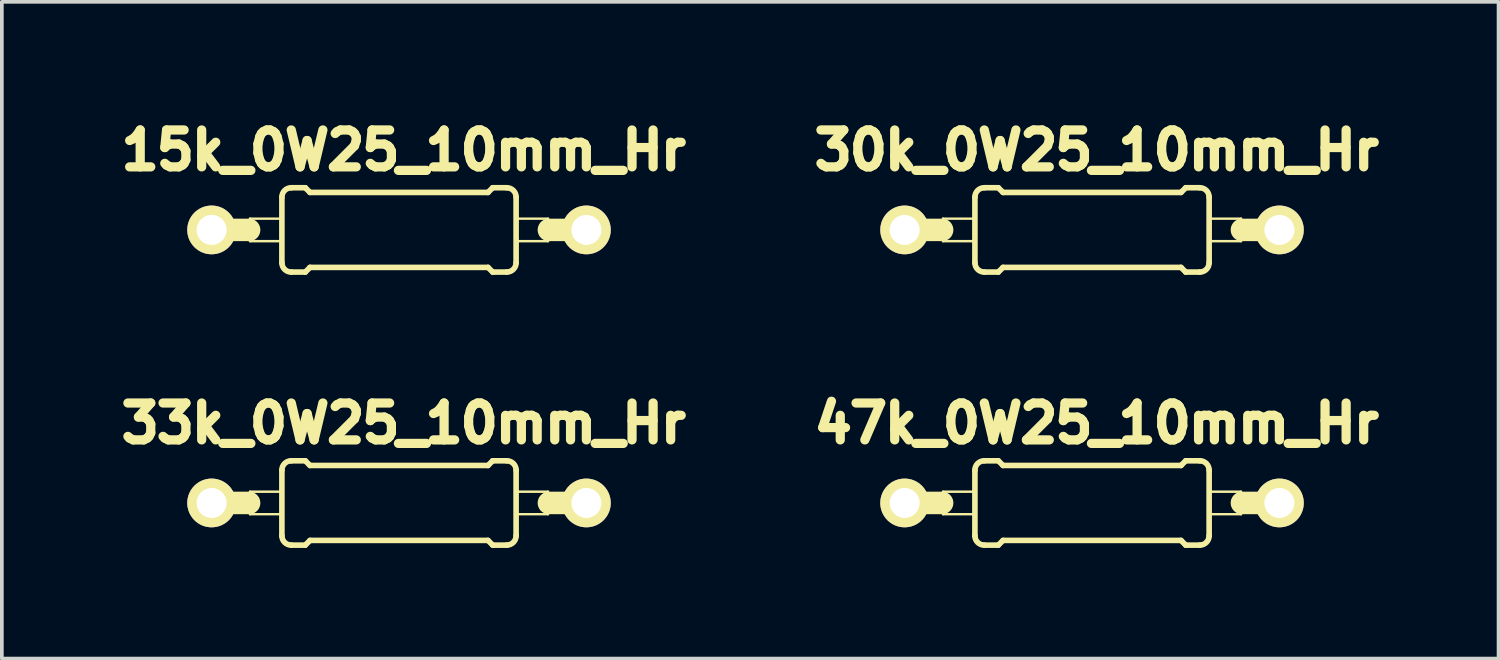
<source format=kicad_pcb>
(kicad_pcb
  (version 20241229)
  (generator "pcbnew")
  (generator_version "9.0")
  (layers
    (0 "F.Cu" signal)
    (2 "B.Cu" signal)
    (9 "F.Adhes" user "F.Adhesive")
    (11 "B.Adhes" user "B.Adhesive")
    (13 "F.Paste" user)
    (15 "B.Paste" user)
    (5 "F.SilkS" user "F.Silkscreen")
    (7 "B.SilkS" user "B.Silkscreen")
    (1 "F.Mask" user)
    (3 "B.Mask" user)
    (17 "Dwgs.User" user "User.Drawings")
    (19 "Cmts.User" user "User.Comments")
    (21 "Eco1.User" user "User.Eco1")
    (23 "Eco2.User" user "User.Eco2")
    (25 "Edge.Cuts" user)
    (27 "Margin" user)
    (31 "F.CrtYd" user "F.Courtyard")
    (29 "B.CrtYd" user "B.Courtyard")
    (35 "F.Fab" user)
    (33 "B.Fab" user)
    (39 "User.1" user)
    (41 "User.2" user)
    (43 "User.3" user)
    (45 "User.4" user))
  (footprint "47k_0W25_10mm_Hr"
    (layer "F.Cu")
    (at 26.555 10.585)
    (property "Reference" "47k_0W25_10mm_Hr" (at 0.127 -2.159 0) (layer "F.SilkS") (effects (font (size 1 1) (thickness 0.25))))
    (attr exclude_from_pos_files exclude_from_bom)
    (fp_line (start -5.08 0) (end -4.064 0) (stroke (width 0.61) (type solid)) (layer "F.SilkS"))
    (fp_line (start -4.039 -0.305) (end -3.175 -0.305) (stroke (width 0.066) (type solid)) (layer "F.SilkS"))
    (fp_line (start -4.039 0.305) (end -4.039 -0.305) (stroke (width 0.066) (type solid)) (layer "F.SilkS"))
    (fp_line (start -4.039 0.305) (end -3.175 0.305) (stroke (width 0.066) (type solid)) (layer "F.SilkS"))
    (fp_line (start -3.175 0.305) (end -3.175 -0.305) (stroke (width 0.066) (type solid)) (layer "F.SilkS"))
    (fp_line (start -3.175 0.889) (end -3.175 -0.889) (stroke (width 0.152) (type solid)) (layer "F.SilkS"))
    (fp_line (start -2.921 -1.143) (end -2.54 -1.143) (stroke (width 0.152) (type solid)) (layer "F.SilkS"))
    (fp_line (start -2.921 1.143) (end -2.54 1.143) (stroke (width 0.152) (type solid)) (layer "F.SilkS"))
    (fp_line (start -2.413 -1.016) (end -2.54 -1.143) (stroke (width 0.152) (type solid)) (layer "F.SilkS"))
    (fp_line (start -2.413 1.016) (end -2.54 1.143) (stroke (width 0.152) (type solid)) (layer "F.SilkS"))
    (fp_line (start 2.413 -1.016) (end -2.413 -1.016) (stroke (width 0.152) (type solid)) (layer "F.SilkS"))
    (fp_line (start 2.413 -1.016) (end 2.54 -1.143) (stroke (width 0.152) (type solid)) (layer "F.SilkS"))
    (fp_line (start 2.413 1.016) (end -2.413 1.016) (stroke (width 0.152) (type solid)) (layer "F.SilkS"))
    (fp_line (start 2.413 1.016) (end 2.54 1.143) (stroke (width 0.152) (type solid)) (layer "F.SilkS"))
    (fp_line (start 2.921 -1.143) (end 2.54 -1.143) (stroke (width 0.152) (type solid)) (layer "F.SilkS"))
    (fp_line (start 2.921 1.143) (end 2.54 1.143) (stroke (width 0.152) (type solid)) (layer "F.SilkS"))
    (fp_line (start 3.175 -0.305) (end 4.039 -0.305) (stroke (width 0.066) (type solid)) (layer "F.SilkS"))
    (fp_line (start 3.175 0.305) (end 3.175 -0.305) (stroke (width 0.066) (type solid)) (layer "F.SilkS"))
    (fp_line (start 3.175 0.305) (end 4.039 0.305) (stroke (width 0.066) (type solid)) (layer "F.SilkS"))
    (fp_line (start 3.175 0.889) (end 3.175 -0.889) (stroke (width 0.152) (type solid)) (layer "F.SilkS"))
    (fp_line (start 4.039 0.305) (end 4.039 -0.305) (stroke (width 0.066) (type solid)) (layer "F.SilkS"))
    (fp_line (start 5.08 0) (end 4.064 0) (stroke (width 0.61) (type solid)) (layer "F.SilkS"))
    (fp_arc (start -3.175 -0.889) (mid -3.100605 -1.068605) (end -2.921 -1.143) (stroke (width 0.1524) (type solid)) (layer "F.SilkS"))
    (fp_arc (start -2.921 1.143) (mid -3.100605 1.068605) (end -3.175 0.889) (stroke (width 0.1524) (type solid)) (layer "F.SilkS"))
    (fp_arc (start 2.921 -1.143) (mid 3.100605 -1.068605) (end 3.175 -0.889) (stroke (width 0.1524) (type solid)) (layer "F.SilkS"))
    (fp_arc (start 3.175 0.889) (mid 3.100605 1.068605) (end 2.921 1.143) (stroke (width 0.1524) (type solid)) (layer "F.SilkS"))
    (pad "1" thru_hole circle (at -5.08 0) (size 1.321 1.321) (drill 0.813) (layers "*.Cu" "F.Mask" "F.SilkS" "F.Paste"))
    (pad "2" thru_hole circle (at 5.08 0) (size 1.321 1.321) (drill 0.813) (layers "*.Cu" "F.Mask" "F.SilkS" "F.Paste")))
  (footprint "15k_0W25_10mm_Hr"
    (layer "F.Cu")
    (at 7.767 3.183)
    (property "Reference" "15k_0W25_10mm_Hr" (at 0.127 -2.159 0) (layer "F.SilkS") (effects (font (size 1 1) (thickness 0.25))))
    (attr exclude_from_pos_files exclude_from_bom)
    (fp_line (start -5.08 0) (end -4.064 0) (stroke (width 0.61) (type solid)) (layer "F.SilkS"))
    (fp_line (start -4.039 -0.305) (end -3.175 -0.305) (stroke (width 0.066) (type solid)) (layer "F.SilkS"))
    (fp_line (start -4.039 0.305) (end -4.039 -0.305) (stroke (width 0.066) (type solid)) (layer "F.SilkS"))
    (fp_line (start -4.039 0.305) (end -3.175 0.305) (stroke (width 0.066) (type solid)) (layer "F.SilkS"))
    (fp_line (start -3.175 0.305) (end -3.175 -0.305) (stroke (width 0.066) (type solid)) (layer "F.SilkS"))
    (fp_line (start -3.175 0.889) (end -3.175 -0.889) (stroke (width 0.152) (type solid)) (layer "F.SilkS"))
    (fp_line (start -2.921 -1.143) (end -2.54 -1.143) (stroke (width 0.152) (type solid)) (layer "F.SilkS"))
    (fp_line (start -2.921 1.143) (end -2.54 1.143) (stroke (width 0.152) (type solid)) (layer "F.SilkS"))
    (fp_line (start -2.413 -1.016) (end -2.54 -1.143) (stroke (width 0.152) (type solid)) (layer "F.SilkS"))
    (fp_line (start -2.413 1.016) (end -2.54 1.143) (stroke (width 0.152) (type solid)) (layer "F.SilkS"))
    (fp_line (start 2.413 -1.016) (end -2.413 -1.016) (stroke (width 0.152) (type solid)) (layer "F.SilkS"))
    (fp_line (start 2.413 -1.016) (end 2.54 -1.143) (stroke (width 0.152) (type solid)) (layer "F.SilkS"))
    (fp_line (start 2.413 1.016) (end -2.413 1.016) (stroke (width 0.152) (type solid)) (layer "F.SilkS"))
    (fp_line (start 2.413 1.016) (end 2.54 1.143) (stroke (width 0.152) (type solid)) (layer "F.SilkS"))
    (fp_line (start 2.921 -1.143) (end 2.54 -1.143) (stroke (width 0.152) (type solid)) (layer "F.SilkS"))
    (fp_line (start 2.921 1.143) (end 2.54 1.143) (stroke (width 0.152) (type solid)) (layer "F.SilkS"))
    (fp_line (start 3.175 -0.305) (end 4.039 -0.305) (stroke (width 0.066) (type solid)) (layer "F.SilkS"))
    (fp_line (start 3.175 0.305) (end 3.175 -0.305) (stroke (width 0.066) (type solid)) (layer "F.SilkS"))
    (fp_line (start 3.175 0.305) (end 4.039 0.305) (stroke (width 0.066) (type solid)) (layer "F.SilkS"))
    (fp_line (start 3.175 0.889) (end 3.175 -0.889) (stroke (width 0.152) (type solid)) (layer "F.SilkS"))
    (fp_line (start 4.039 0.305) (end 4.039 -0.305) (stroke (width 0.066) (type solid)) (layer "F.SilkS"))
    (fp_line (start 5.08 0) (end 4.064 0) (stroke (width 0.61) (type solid)) (layer "F.SilkS"))
    (fp_arc (start -3.175 -0.889) (mid -3.100605 -1.068605) (end -2.921 -1.143) (stroke (width 0.1524) (type solid)) (layer "F.SilkS"))
    (fp_arc (start -2.921 1.143) (mid -3.100605 1.068605) (end -3.175 0.889) (stroke (width 0.1524) (type solid)) (layer "F.SilkS"))
    (fp_arc (start 2.921 -1.143) (mid 3.100605 -1.068605) (end 3.175 -0.889) (stroke (width 0.1524) (type solid)) (layer "F.SilkS"))
    (fp_arc (start 3.175 0.889) (mid 3.100605 1.068605) (end 2.921 1.143) (stroke (width 0.1524) (type solid)) (layer "F.SilkS"))
    (pad "1" thru_hole circle (at -5.08 0) (size 1.321 1.321) (drill 0.813) (layers "*.Cu" "F.Mask" "F.SilkS" "F.Paste"))
    (pad "2" thru_hole circle (at 5.08 0) (size 1.321 1.321) (drill 0.813) (layers "*.Cu" "F.Mask" "F.SilkS" "F.Paste")))
  (footprint "33k_0W25_10mm_Hr"
    (layer "F.Cu")
    (at 7.767 10.585)
    (property "Reference" "33k_0W25_10mm_Hr" (at 0.127 -2.159 0) (layer "F.SilkS") (effects (font (size 1 1) (thickness 0.25))))
    (attr exclude_from_pos_files exclude_from_bom)
    (fp_line (start -5.08 0) (end -4.064 0) (stroke (width 0.61) (type solid)) (layer "F.SilkS"))
    (fp_line (start -4.039 -0.305) (end -3.175 -0.305) (stroke (width 0.066) (type solid)) (layer "F.SilkS"))
    (fp_line (start -4.039 0.305) (end -4.039 -0.305) (stroke (width 0.066) (type solid)) (layer "F.SilkS"))
    (fp_line (start -4.039 0.305) (end -3.175 0.305) (stroke (width 0.066) (type solid)) (layer "F.SilkS"))
    (fp_line (start -3.175 0.305) (end -3.175 -0.305) (stroke (width 0.066) (type solid)) (layer "F.SilkS"))
    (fp_line (start -3.175 0.889) (end -3.175 -0.889) (stroke (width 0.152) (type solid)) (layer "F.SilkS"))
    (fp_line (start -2.921 -1.143) (end -2.54 -1.143) (stroke (width 0.152) (type solid)) (layer "F.SilkS"))
    (fp_line (start -2.921 1.143) (end -2.54 1.143) (stroke (width 0.152) (type solid)) (layer "F.SilkS"))
    (fp_line (start -2.413 -1.016) (end -2.54 -1.143) (stroke (width 0.152) (type solid)) (layer "F.SilkS"))
    (fp_line (start -2.413 1.016) (end -2.54 1.143) (stroke (width 0.152) (type solid)) (layer "F.SilkS"))
    (fp_line (start 2.413 -1.016) (end -2.413 -1.016) (stroke (width 0.152) (type solid)) (layer "F.SilkS"))
    (fp_line (start 2.413 -1.016) (end 2.54 -1.143) (stroke (width 0.152) (type solid)) (layer "F.SilkS"))
    (fp_line (start 2.413 1.016) (end -2.413 1.016) (stroke (width 0.152) (type solid)) (layer "F.SilkS"))
    (fp_line (start 2.413 1.016) (end 2.54 1.143) (stroke (width 0.152) (type solid)) (layer "F.SilkS"))
    (fp_line (start 2.921 -1.143) (end 2.54 -1.143) (stroke (width 0.152) (type solid)) (layer "F.SilkS"))
    (fp_line (start 2.921 1.143) (end 2.54 1.143) (stroke (width 0.152) (type solid)) (layer "F.SilkS"))
    (fp_line (start 3.175 -0.305) (end 4.039 -0.305) (stroke (width 0.066) (type solid)) (layer "F.SilkS"))
    (fp_line (start 3.175 0.305) (end 3.175 -0.305) (stroke (width 0.066) (type solid)) (layer "F.SilkS"))
    (fp_line (start 3.175 0.305) (end 4.039 0.305) (stroke (width 0.066) (type solid)) (layer "F.SilkS"))
    (fp_line (start 3.175 0.889) (end 3.175 -0.889) (stroke (width 0.152) (type solid)) (layer "F.SilkS"))
    (fp_line (start 4.039 0.305) (end 4.039 -0.305) (stroke (width 0.066) (type solid)) (layer "F.SilkS"))
    (fp_line (start 5.08 0) (end 4.064 0) (stroke (width 0.61) (type solid)) (layer "F.SilkS"))
    (fp_arc (start -3.175 -0.889) (mid -3.100605 -1.068605) (end -2.921 -1.143) (stroke (width 0.1524) (type solid)) (layer "F.SilkS"))
    (fp_arc (start -2.921 1.143) (mid -3.100605 1.068605) (end -3.175 0.889) (stroke (width 0.1524) (type solid)) (layer "F.SilkS"))
    (fp_arc (start 2.921 -1.143) (mid 3.100605 -1.068605) (end 3.175 -0.889) (stroke (width 0.1524) (type solid)) (layer "F.SilkS"))
    (fp_arc (start 3.175 0.889) (mid 3.100605 1.068605) (end 2.921 1.143) (stroke (width 0.1524) (type solid)) (layer "F.SilkS"))
    (pad "1" thru_hole circle (at -5.08 0) (size 1.321 1.321) (drill 0.813) (layers "*.Cu" "F.Mask" "F.SilkS" "F.Paste"))
    (pad "2" thru_hole circle (at 5.08 0) (size 1.321 1.321) (drill 0.813) (layers "*.Cu" "F.Mask" "F.SilkS" "F.Paste")))
  (footprint "30k_0W25_10mm_Hr"
    (layer "F.Cu")
    (at 26.555 3.183)
    (property "Reference" "30k_0W25_10mm_Hr" (at 0.127 -2.159 0) (layer "F.SilkS") (effects (font (size 1 1) (thickness 0.25))))
    (attr exclude_from_pos_files exclude_from_bom)
    (fp_line (start -5.08 0) (end -4.064 0) (stroke (width 0.61) (type solid)) (layer "F.SilkS"))
    (fp_line (start -4.039 -0.305) (end -3.175 -0.305) (stroke (width 0.066) (type solid)) (layer "F.SilkS"))
    (fp_line (start -4.039 0.305) (end -4.039 -0.305) (stroke (width 0.066) (type solid)) (layer "F.SilkS"))
    (fp_line (start -4.039 0.305) (end -3.175 0.305) (stroke (width 0.066) (type solid)) (layer "F.SilkS"))
    (fp_line (start -3.175 0.305) (end -3.175 -0.305) (stroke (width 0.066) (type solid)) (layer "F.SilkS"))
    (fp_line (start -3.175 0.889) (end -3.175 -0.889) (stroke (width 0.152) (type solid)) (layer "F.SilkS"))
    (fp_line (start -2.921 -1.143) (end -2.54 -1.143) (stroke (width 0.152) (type solid)) (layer "F.SilkS"))
    (fp_line (start -2.921 1.143) (end -2.54 1.143) (stroke (width 0.152) (type solid)) (layer "F.SilkS"))
    (fp_line (start -2.413 -1.016) (end -2.54 -1.143) (stroke (width 0.152) (type solid)) (layer "F.SilkS"))
    (fp_line (start -2.413 1.016) (end -2.54 1.143) (stroke (width 0.152) (type solid)) (layer "F.SilkS"))
    (fp_line (start 2.413 -1.016) (end -2.413 -1.016) (stroke (width 0.152) (type solid)) (layer "F.SilkS"))
    (fp_line (start 2.413 -1.016) (end 2.54 -1.143) (stroke (width 0.152) (type solid)) (layer "F.SilkS"))
    (fp_line (start 2.413 1.016) (end -2.413 1.016) (stroke (width 0.152) (type solid)) (layer "F.SilkS"))
    (fp_line (start 2.413 1.016) (end 2.54 1.143) (stroke (width 0.152) (type solid)) (layer "F.SilkS"))
    (fp_line (start 2.921 -1.143) (end 2.54 -1.143) (stroke (width 0.152) (type solid)) (layer "F.SilkS"))
    (fp_line (start 2.921 1.143) (end 2.54 1.143) (stroke (width 0.152) (type solid)) (layer "F.SilkS"))
    (fp_line (start 3.175 -0.305) (end 4.039 -0.305) (stroke (width 0.066) (type solid)) (layer "F.SilkS"))
    (fp_line (start 3.175 0.305) (end 3.175 -0.305) (stroke (width 0.066) (type solid)) (layer "F.SilkS"))
    (fp_line (start 3.175 0.305) (end 4.039 0.305) (stroke (width 0.066) (type solid)) (layer "F.SilkS"))
    (fp_line (start 3.175 0.889) (end 3.175 -0.889) (stroke (width 0.152) (type solid)) (layer "F.SilkS"))
    (fp_line (start 4.039 0.305) (end 4.039 -0.305) (stroke (width 0.066) (type solid)) (layer "F.SilkS"))
    (fp_line (start 5.08 0) (end 4.064 0) (stroke (width 0.61) (type solid)) (layer "F.SilkS"))
    (fp_arc (start -3.175 -0.889) (mid -3.100605 -1.068605) (end -2.921 -1.143) (stroke (width 0.1524) (type solid)) (layer "F.SilkS"))
    (fp_arc (start -2.921 1.143) (mid -3.100605 1.068605) (end -3.175 0.889) (stroke (width 0.1524) (type solid)) (layer "F.SilkS"))
    (fp_arc (start 2.921 -1.143) (mid 3.100605 -1.068605) (end 3.175 -0.889) (stroke (width 0.1524) (type solid)) (layer "F.SilkS"))
    (fp_arc (start 3.175 0.889) (mid 3.100605 1.068605) (end 2.921 1.143) (stroke (width 0.1524) (type solid)) (layer "F.SilkS"))
    (pad "1" thru_hole circle (at -5.08 0) (size 1.321 1.321) (drill 0.813) (layers "*.Cu" "F.Mask" "F.SilkS" "F.Paste"))
    (pad "2" thru_hole circle (at 5.08 0) (size 1.321 1.321) (drill 0.813) (layers "*.Cu" "F.Mask" "F.SilkS" "F.Paste")))
  (gr_rect
    (start -3 -3)
    (end 37.576 14.804)
    (stroke (width 0.1) (type default))
    (fill no)
    (layer "Edge.Cuts")))
</source>
